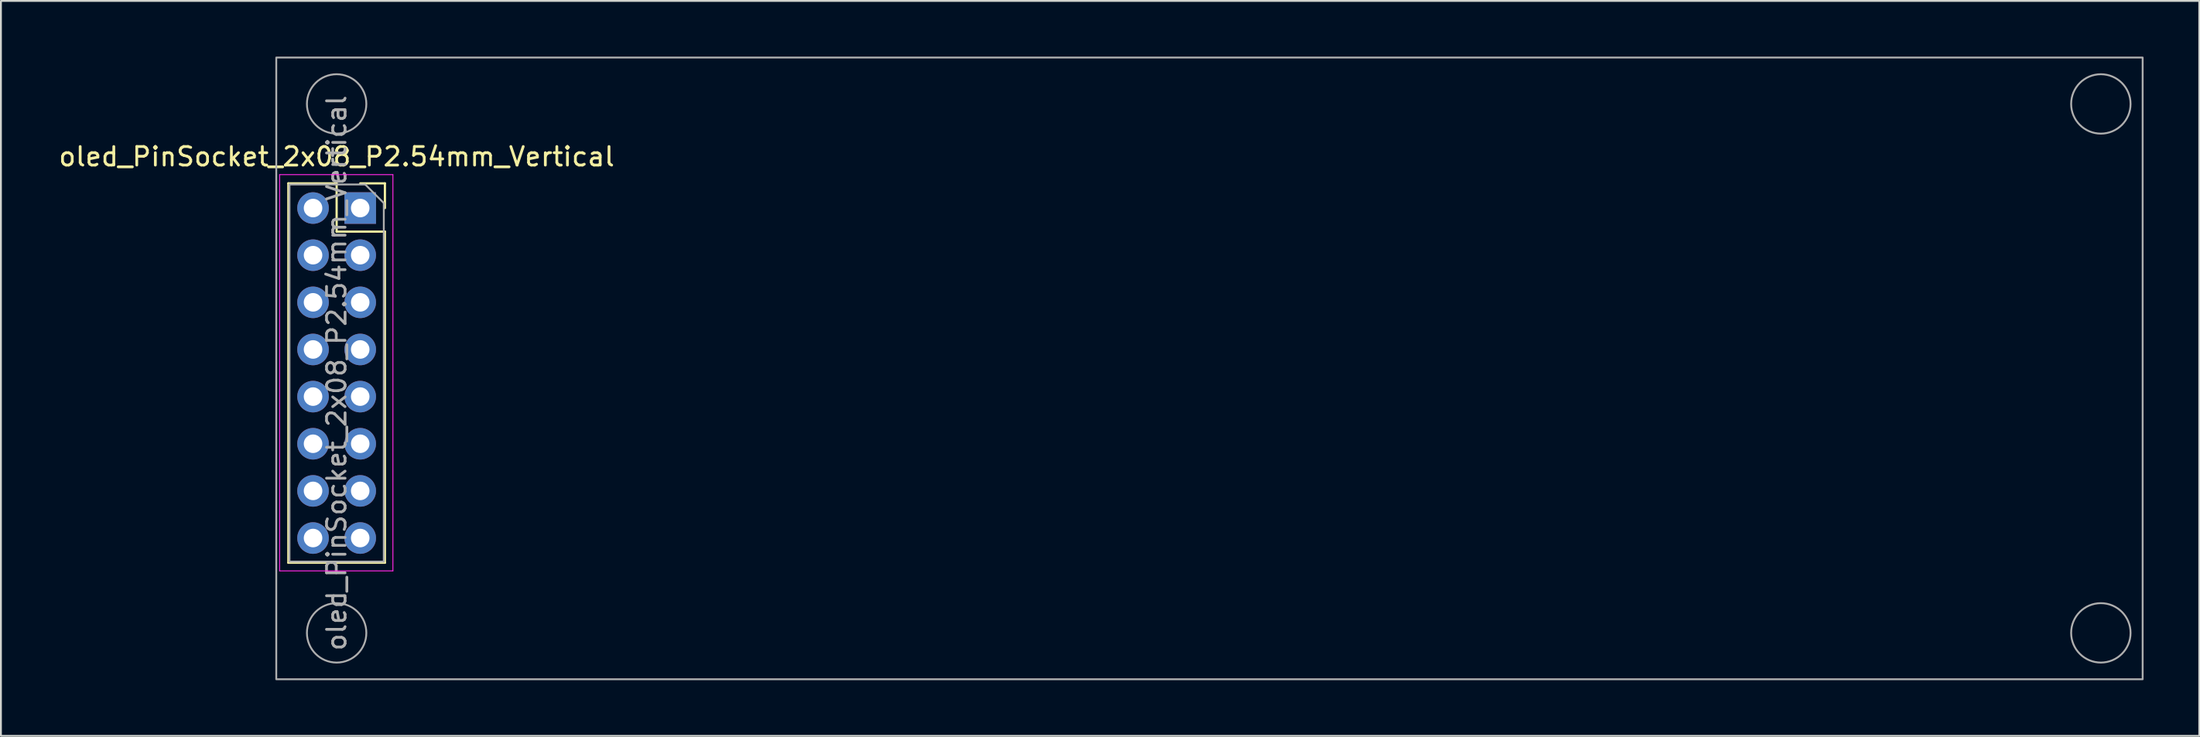
<source format=kicad_pcb>
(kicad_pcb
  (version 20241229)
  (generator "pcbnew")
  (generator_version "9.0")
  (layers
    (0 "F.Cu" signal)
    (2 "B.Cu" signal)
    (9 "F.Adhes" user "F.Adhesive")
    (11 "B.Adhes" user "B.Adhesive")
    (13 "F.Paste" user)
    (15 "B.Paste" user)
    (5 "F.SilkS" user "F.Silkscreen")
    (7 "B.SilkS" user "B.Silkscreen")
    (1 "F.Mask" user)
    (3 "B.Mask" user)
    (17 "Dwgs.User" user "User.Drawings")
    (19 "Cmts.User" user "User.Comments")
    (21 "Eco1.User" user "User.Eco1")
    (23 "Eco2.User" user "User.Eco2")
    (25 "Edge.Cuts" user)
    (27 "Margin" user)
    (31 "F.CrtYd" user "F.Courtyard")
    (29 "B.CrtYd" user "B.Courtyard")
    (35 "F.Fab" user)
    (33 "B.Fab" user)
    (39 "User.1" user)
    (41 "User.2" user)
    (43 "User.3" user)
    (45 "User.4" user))
  (footprint "oled_PinSocket_2x08_P2.54mm_Vertical"
    (layer "F.Cu")
    (at 16.347 8.16)
    (property "Reference" "oled_PinSocket_2x08_P2.54mm_Vertical" (at -1.27 -2.77 0) (layer "F.SilkS") (effects (font (size 1 1) (thickness 0.15))))
    (attr through_hole)
    (fp_line (start -3.87 -1.33) (end -3.87 19.11) (stroke (width 0.12) (type solid)) (layer "F.SilkS"))
    (fp_line (start -3.87 -1.33) (end -1.27 -1.33) (stroke (width 0.12) (type solid)) (layer "F.SilkS"))
    (fp_line (start -3.87 19.11) (end 1.33 19.11) (stroke (width 0.12) (type solid)) (layer "F.SilkS"))
    (fp_line (start -1.27 -1.33) (end -1.27 1.27) (stroke (width 0.12) (type solid)) (layer "F.SilkS"))
    (fp_line (start -1.27 1.27) (end 1.33 1.27) (stroke (width 0.12) (type solid)) (layer "F.SilkS"))
    (fp_line (start 0 -1.33) (end 1.33 -1.33) (stroke (width 0.12) (type solid)) (layer "F.SilkS"))
    (fp_line (start 1.33 -1.33) (end 1.33 0) (stroke (width 0.12) (type solid)) (layer "F.SilkS"))
    (fp_line (start 1.33 1.27) (end 1.33 19.11) (stroke (width 0.12) (type solid)) (layer "F.SilkS"))
    (fp_line (start -4.34 -1.8) (end 1.76 -1.8) (stroke (width 0.05) (type solid)) (layer "F.CrtYd"))
    (fp_line (start -4.34 19.55) (end -4.34 -1.8) (stroke (width 0.05) (type solid)) (layer "F.CrtYd"))
    (fp_line (start 1.76 -1.8) (end 1.76 19.55) (stroke (width 0.05) (type solid)) (layer "F.CrtYd"))
    (fp_line (start 1.76 19.55) (end -4.34 19.55) (stroke (width 0.05) (type solid)) (layer "F.CrtYd"))
    (fp_line (start -3.81 -1.27) (end 0.27 -1.27) (stroke (width 0.1) (type solid)) (layer "F.Fab"))
    (fp_line (start -3.81 19.05) (end -3.81 -1.27) (stroke (width 0.1) (type solid)) (layer "F.Fab"))
    (fp_line (start 0.27 -1.27) (end 1.27 -0.27) (stroke (width 0.1) (type solid)) (layer "F.Fab"))
    (fp_line (start 1.27 -0.27) (end 1.27 19.05) (stroke (width 0.1) (type solid)) (layer "F.Fab"))
    (fp_line (start 1.27 19.05) (end -3.81 19.05) (stroke (width 0.1) (type solid)) (layer "F.Fab"))
    (fp_rect (start -4.52 -8.11) (end 95.98 25.39) (stroke (width 0.1) (type default)) (fill no) (layer "F.Fab"))
    (fp_circle (center -1.27 -5.61) (end 0.33 -5.61) (stroke (width 0.1) (type default)) (fill no) (layer "F.Fab"))
    (fp_circle (center -1.27 22.89) (end 0.33 22.89) (stroke (width 0.1) (type default)) (fill no) (layer "F.Fab"))
    (fp_circle (center 93.73 -5.61) (end 95.33 -5.61) (stroke (width 0.1) (type default)) (fill no) (layer "F.Fab"))
    (fp_circle (center 93.73 22.89) (end 95.33 22.89) (stroke (width 0.1) (type default)) (fill no) (layer "F.Fab"))
    (fp_text user "${REFERENCE}" (at -1.27 8.89 90) (layer "F.Fab") (effects (font (size 1 1) (thickness 0.15))))
    (pad "1" thru_hole rect (at 0 0) (size 1.7 1.7) (drill 1) (layers "*.Cu" "*.Mask"))
    (pad "2" thru_hole oval (at -2.54 0) (size 1.7 1.7) (drill 1) (layers "*.Cu" "*.Mask"))
    (pad "3" thru_hole oval (at 0 2.54) (size 1.7 1.7) (drill 1) (layers "*.Cu" "*.Mask"))
    (pad "4" thru_hole oval (at -2.54 2.54) (size 1.7 1.7) (drill 1) (layers "*.Cu" "*.Mask"))
    (pad "5" thru_hole oval (at 0 5.08) (size 1.7 1.7) (drill 1) (layers "*.Cu" "*.Mask"))
    (pad "6" thru_hole oval (at -2.54 5.08) (size 1.7 1.7) (drill 1) (layers "*.Cu" "*.Mask"))
    (pad "7" thru_hole oval (at 0 7.62) (size 1.7 1.7) (drill 1) (layers "*.Cu" "*.Mask"))
    (pad "8" thru_hole oval (at -2.54 7.62) (size 1.7 1.7) (drill 1) (layers "*.Cu" "*.Mask"))
    (pad "9" thru_hole oval (at 0 10.16) (size 1.7 1.7) (drill 1) (layers "*.Cu" "*.Mask"))
    (pad "10" thru_hole oval (at -2.54 10.16) (size 1.7 1.7) (drill 1) (layers "*.Cu" "*.Mask"))
    (pad "11" thru_hole oval (at 0 12.7) (size 1.7 1.7) (drill 1) (layers "*.Cu" "*.Mask"))
    (pad "12" thru_hole oval (at -2.54 12.7) (size 1.7 1.7) (drill 1) (layers "*.Cu" "*.Mask"))
    (pad "13" thru_hole oval (at 0 15.24) (size 1.7 1.7) (drill 1) (layers "*.Cu" "*.Mask"))
    (pad "14" thru_hole oval (at -2.54 15.24) (size 1.7 1.7) (drill 1) (layers "*.Cu" "*.Mask"))
    (pad "15" thru_hole oval (at 0 17.78) (size 1.7 1.7) (drill 1) (layers "*.Cu" "*.Mask"))
    (pad "16" thru_hole oval (at -2.54 17.78) (size 1.7 1.7) (drill 1) (layers "*.Cu" "*.Mask")))
  (gr_rect
    (start -3 -3)
    (end 115.377 36.6)
    (stroke (width 0.1) (type default))
    (fill no)
    (layer "Edge.Cuts")))
</source>
